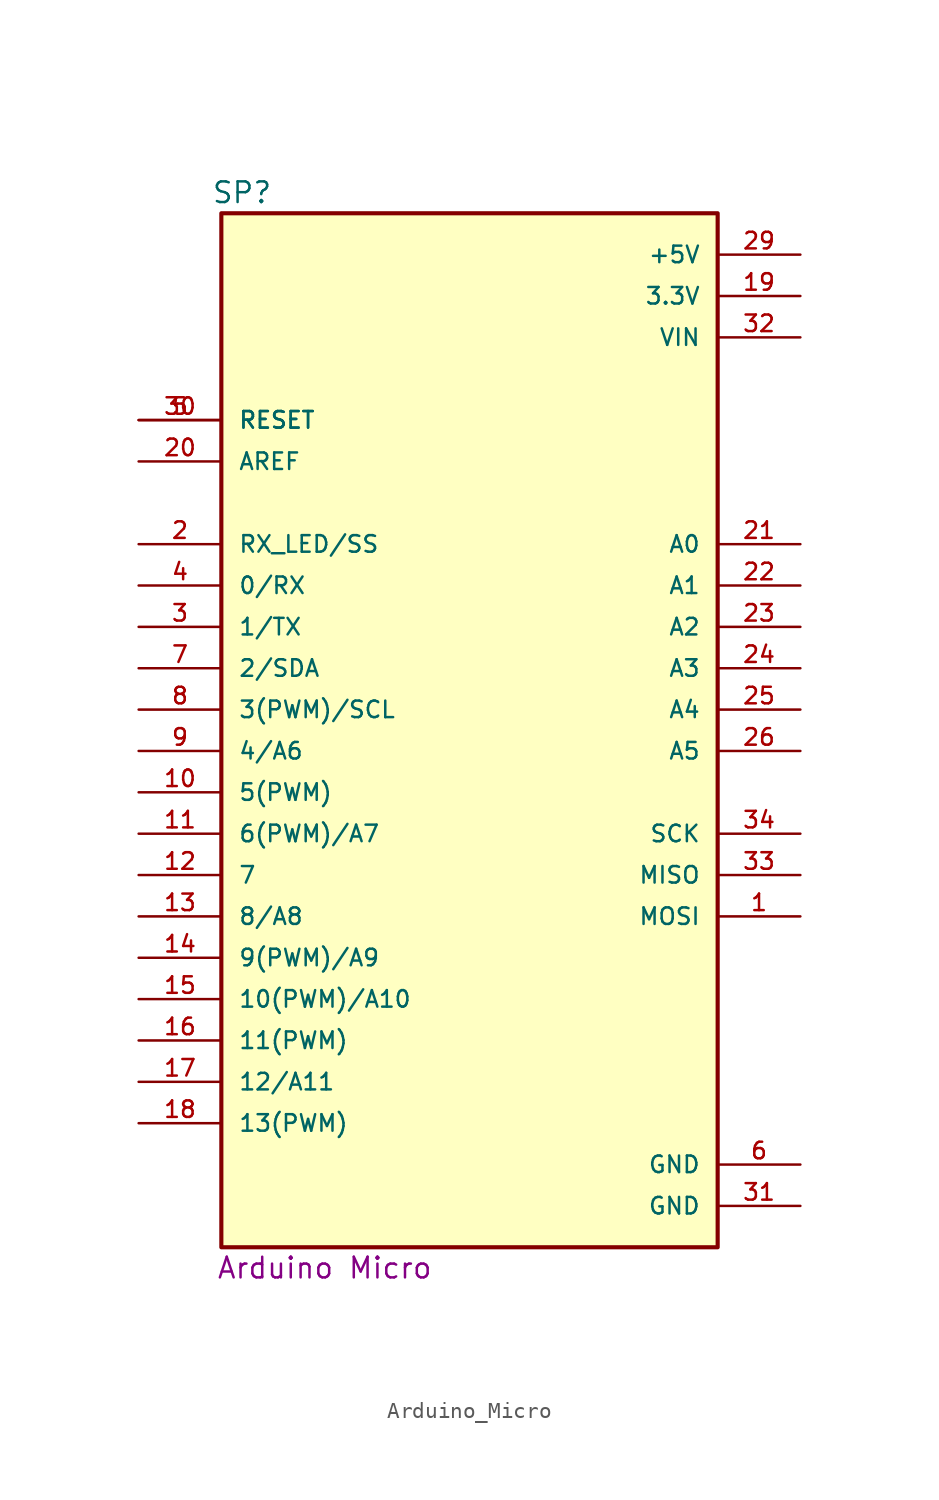
<source format=kicad_sym>
(kicad_symbol_lib
  (version 20241209)
  (generator "kicad_symbol_editor")
  (generator_version "9.0")
  (symbol "Arduino_Micro"
    (pin_names
      (offset 1.016))
    (property "Reference" "SP"
      (at 1.27 1.27 0)
      (effects (font (size 1.27 1.27))))
    (property "_Value_" "Arduino Micro"
      (at 6.35 -64.77 0)
      (effects (font (size 1.27 1.27))))
    (symbol "Arduino_Micro_1_1"
      (rectangle (start 0 0) (end 30.48 -63.5) (stroke (width 0.254) (type solid)) (fill (type background)))
      (pin input line (at -5.08 -12.7 0) (length 5.08) (name "RESET" (effects (font (size 1.016 1.016)))) (number "30" (effects (font (size 1.016 1.016)))))
      (pin input line (at -5.08 -12.7 0) (length 5.08) (name "RESET" (effects (font (size 1.016 1.016)))) (number "5" (effects (font (size 1.016 1.016)))))
      (pin input line (at -5.08 -15.24 0) (length 5.08) (name "AREF" (effects (font (size 1.016 1.016)))) (number "20" (effects (font (size 1.016 1.016)))))
      (pin bidirectional line (at -5.08 -20.32 0) (length 5.08) (name "RX_LED/SS" (effects (font (size 1.016 1.016)))) (number "2" (effects (font (size 1.016 1.016)))))
      (pin bidirectional line (at -5.08 -22.86 0) (length 5.08) (name "0/RX" (effects (font (size 1.016 1.016)))) (number "4" (effects (font (size 1.016 1.016)))))
      (pin bidirectional line (at -5.08 -25.4 0) (length 5.08) (name "1/TX" (effects (font (size 1.016 1.016)))) (number "3" (effects (font (size 1.016 1.016)))))
      (pin bidirectional line (at -5.08 -27.94 0) (length 5.08) (name "2/SDA" (effects (font (size 1.016 1.016)))) (number "7" (effects (font (size 1.016 1.016)))))
      (pin bidirectional line (at -5.08 -30.48 0) (length 5.08) (name "3(PWM)/SCL" (effects (font (size 1.016 1.016)))) (number "8" (effects (font (size 1.016 1.016)))))
      (pin bidirectional line (at -5.08 -33.02 0) (length 5.08) (name "4/A6" (effects (font (size 1.016 1.016)))) (number "9" (effects (font (size 1.016 1.016)))))
      (pin bidirectional line (at -5.08 -35.56 0) (length 5.08) (name "5(PWM)" (effects (font (size 1.016 1.016)))) (number "10" (effects (font (size 1.016 1.016)))))
      (pin bidirectional line (at -5.08 -38.1 0) (length 5.08) (name "6(PWM)/A7" (effects (font (size 1.016 1.016)))) (number "11" (effects (font (size 1.016 1.016)))))
      (pin bidirectional line (at -5.08 -40.64 0) (length 5.08) (name "7" (effects (font (size 1.016 1.016)))) (number "12" (effects (font (size 1.016 1.016)))))
      (pin bidirectional line (at -5.08 -43.18 0) (length 5.08) (name "8/A8" (effects (font (size 1.016 1.016)))) (number "13" (effects (font (size 1.016 1.016)))))
      (pin bidirectional line (at -5.08 -45.72 0) (length 5.08) (name "9(PWM)/A9" (effects (font (size 1.016 1.016)))) (number "14" (effects (font (size 1.016 1.016)))))
      (pin bidirectional line (at -5.08 -48.26 0) (length 5.08) (name "10(PWM)/A10" (effects (font (size 1.016 1.016)))) (number "15" (effects (font (size 1.016 1.016)))))
      (pin bidirectional line (at -5.08 -50.8 0) (length 5.08) (name "11(PWM)" (effects (font (size 1.016 1.016)))) (number "16" (effects (font (size 1.016 1.016)))))
      (pin bidirectional line (at -5.08 -53.34 0) (length 5.08) (name "12/A11" (effects (font (size 1.016 1.016)))) (number "17" (effects (font (size 1.016 1.016)))))
      (pin bidirectional line (at -5.08 -55.88 0) (length 5.08) (name "13(PWM)" (effects (font (size 1.016 1.016)))) (number "18" (effects (font (size 1.016 1.016)))))
      (pin power_in line (at 35.56 -2.54 180) (length 5.08) (name "+5V" (effects (font (size 1.016 1.016)))) (number "29" (effects (font (size 1.016 1.016)))))
      (pin power_in line (at 35.56 -5.08 180) (length 5.08) (name "3.3V" (effects (font (size 1.016 1.016)))) (number "19" (effects (font (size 1.016 1.016)))))
      (pin power_in line (at 35.56 -7.62 180) (length 5.08) (name "VIN" (effects (font (size 1.016 1.016)))) (number "32" (effects (font (size 1.016 1.016)))))
      (pin bidirectional line (at 35.56 -20.32 180) (length 5.08) (name "A0" (effects (font (size 1.016 1.016)))) (number "21" (effects (font (size 1.016 1.016)))))
      (pin bidirectional line (at 35.56 -22.86 180) (length 5.08) (name "A1" (effects (font (size 1.016 1.016)))) (number "22" (effects (font (size 1.016 1.016)))))
      (pin bidirectional line (at 35.56 -25.4 180) (length 5.08) (name "A2" (effects (font (size 1.016 1.016)))) (number "23" (effects (font (size 1.016 1.016)))))
      (pin bidirectional line (at 35.56 -27.94 180) (length 5.08) (name "A3" (effects (font (size 1.016 1.016)))) (number "24" (effects (font (size 1.016 1.016)))))
      (pin bidirectional line (at 35.56 -30.48 180) (length 5.08) (name "A4" (effects (font (size 1.016 1.016)))) (number "25" (effects (font (size 1.016 1.016)))))
      (pin bidirectional line (at 35.56 -33.02 180) (length 5.08) (name "A5" (effects (font (size 1.016 1.016)))) (number "26" (effects (font (size 1.016 1.016)))))
      (pin bidirectional line (at 35.56 -38.1 180) (length 5.08) (name "SCK" (effects (font (size 1.016 1.016)))) (number "34" (effects (font (size 1.016 1.016)))))
      (pin bidirectional line (at 35.56 -40.64 180) (length 5.08) (name "MISO" (effects (font (size 1.016 1.016)))) (number "33" (effects (font (size 1.016 1.016)))))
      (pin bidirectional line (at 35.56 -43.18 180) (length 5.08) (name "MOSI" (effects (font (size 1.016 1.016)))) (number "1" (effects (font (size 1.016 1.016)))))
      (pin power_in line (at 35.56 -58.42 180) (length 5.08) (name "GND" (effects (font (size 1.016 1.016)))) (number "6" (effects (font (size 1.016 1.016)))))
      (pin power_in line (at 35.56 -60.96 180) (length 5.08) (name "GND" (effects (font (size 1.016 1.016)))) (number "31" (effects (font (size 1.016 1.016))))))))
</source>
